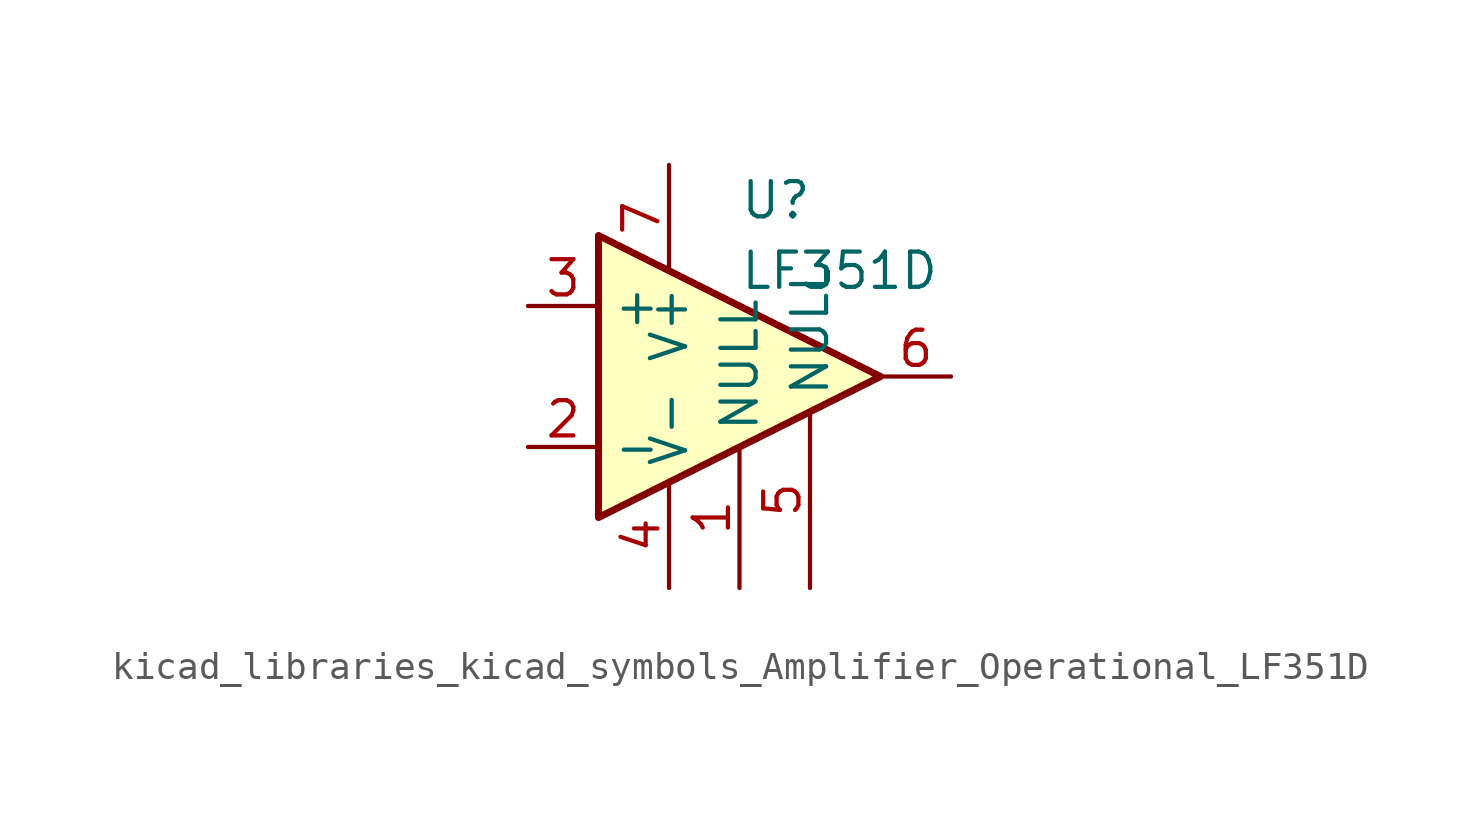
<source format=kicad_sym>
(kicad_symbol_lib
  (version 20220914)
  (generator kicad_symbol_editor)
  (symbol "kicad_libraries_kicad_symbols_Amplifier_Operational_LF351D"
    (property "Reference" "U"
      (at 0 6.35 0)
      (effects (font (size 1.27 1.27)) (justify left)))
    (property "Value" "LF351D"
      (at 0 3.81 0)
      (effects (font (size 1.27 1.27)) (justify left)))
    (symbol "kicad_libraries_kicad_symbols_Amplifier_Operational_LF351D_0_1"
      (polyline (pts (xy -5.08 5.08) (xy 5.08 0) (xy -5.08 -5.08) (xy -5.08 5.08)) (stroke (width 0.254) (type default)) (fill (type background))))
    (symbol "kicad_libraries_kicad_symbols_Amplifier_Operational_LF351D_1_1"
      (pin input line (at 0 -7.62 90) (length 5.08) (name "NULL" (effects (font (size 1.27 1.27)))) (number "1" (effects (font (size 1.27 1.27)))))
      (pin input line (at -7.62 -2.54 0) (length 2.54) (name "-" (effects (font (size 1.27 1.27)))) (number "2" (effects (font (size 1.27 1.27)))))
      (pin input line (at -7.62 2.54 0) (length 2.54) (name "+" (effects (font (size 1.27 1.27)))) (number "3" (effects (font (size 1.27 1.27)))))
      (pin power_in line (at -2.54 -7.62 90) (length 3.81) (name "V-" (effects (font (size 1.27 1.27)))) (number "4" (effects (font (size 1.27 1.27)))))
      (pin input line (at 2.54 -7.62 90) (length 6.35) (name "NULL" (effects (font (size 1.27 1.27)))) (number "5" (effects (font (size 1.27 1.27)))))
      (pin output line (at 7.62 0 180) (length 2.54) (name "~" (effects (font (size 1.27 1.27)))) (number "6" (effects (font (size 1.27 1.27)))))
      (pin power_in line (at -2.54 7.62 270) (length 3.81) (name "V+" (effects (font (size 1.27 1.27)))) (number "7" (effects (font (size 1.27 1.27)))))
      (pin no_connect line (at 0 2.54 270) (length 2.54) hide (name "NC" (effects (font (size 1.27 1.27)))) (number "8" (effects (font (size 1.27 1.27))))))))
</source>
